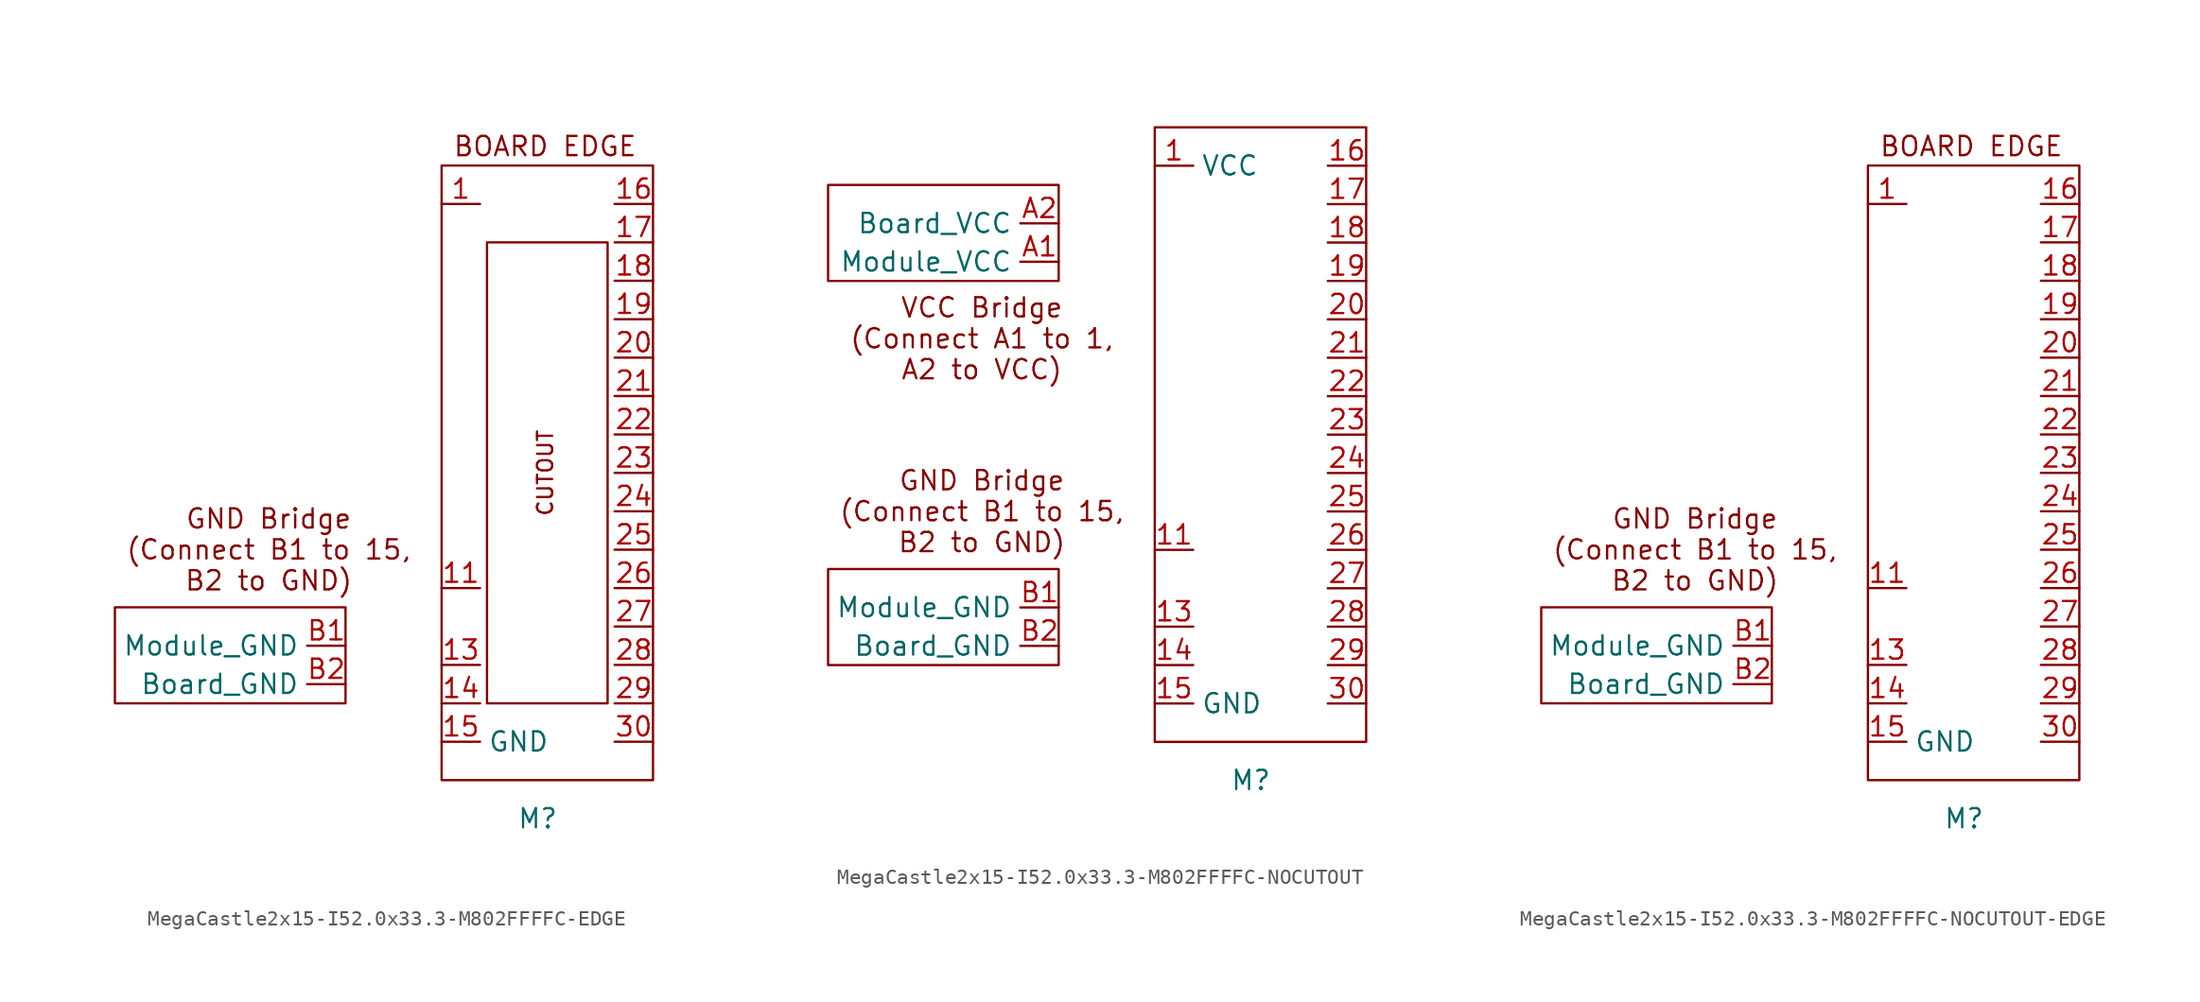
<source format=kicad_sym>
(kicad_symbol_lib
  (version 20231120)
  (generator "kicad_symbol_editor")
  (generator_version "8.0")
  (symbol "MegaCastle2x15-I52.0x33.3-M802FFFFC-EDGE"
    (property "Reference" "M"
      (at 0 -22.86 0)
      (effects (font (size 1.27 1.27))))
    (property "Value" ""
      (at 0 5.08 0)
      (effects (font (size 1.27 1.27))))
    (symbol "MegaCastle2x15-I52.0x33.3-M802FFFFC-EDGE_0_1"
      (rectangle (start -27.94 -8.89) (end -12.7 -15.24) (stroke (width 0) (type default)) (fill (type none)))
      (rectangle (start -6.35 20.32) (end 7.62 -20.32) (stroke (width 0) (type default)) (fill (type none)))
      (rectangle (start -3.35 15.24) (end 4.62 -15.24) (stroke (width 0) (type default)) (fill (type none))))
    (symbol "MegaCastle2x15-I52.0x33.3-M802FFFFC-EDGE_1_1"
      (text "GND Bridge\n(Connect B1 to 15,\nB2 to GND)" (at -17.78 -5.08 0) (effects (font (size 1.27 1.27))))
      (text " BOARD EDGE" (at 0 21.59 0) (effects (font (size 1.27 1.27))))
      (text "CUTOUT" (at 0.5 0 900) (effects (font (size 1 1))))
      (pin bidirectional line (at -6.35 17.78 0) (length 2.54) (name "" (effects (font (size 1.27 1.27)))) (number "1" (effects (font (size 1.27 1.27)))))
      (pin bidirectional line (at -6.35 -7.62 0) (length 2.54) (name "" (effects (font (size 1.27 1.27)))) (number "11" (effects (font (size 1.27 1.27)))))
      (pin bidirectional line (at -6.35 -12.7 0) (length 2.54) (name "" (effects (font (size 1.27 1.27)))) (number "13" (effects (font (size 1.27 1.27)))))
      (pin bidirectional line (at -6.35 -15.24 0) (length 2.54) (name "" (effects (font (size 1.27 1.27)))) (number "14" (effects (font (size 1.27 1.27)))))
      (pin bidirectional line (at -6.35 -17.78 0) (length 2.54) (name "GND" (effects (font (size 1.27 1.27)))) (number "15" (effects (font (size 1.27 1.27)))))
      (pin bidirectional line (at 7.62 17.78 180) (length 2.54) (name "" (effects (font (size 1.27 1.27)))) (number "16" (effects (font (size 1.27 1.27)))))
      (pin bidirectional line (at 7.62 15.24 180) (length 2.54) (name "" (effects (font (size 1.27 1.27)))) (number "17" (effects (font (size 1.27 1.27)))))
      (pin bidirectional line (at 7.62 12.7 180) (length 2.54) (name "" (effects (font (size 1.27 1.27)))) (number "18" (effects (font (size 1.27 1.27)))))
      (pin bidirectional line (at 7.62 10.16 180) (length 2.54) (name "" (effects (font (size 1.27 1.27)))) (number "19" (effects (font (size 1.27 1.27)))))
      (pin bidirectional line (at 7.62 7.62 180) (length 2.54) (name "" (effects (font (size 1.27 1.27)))) (number "20" (effects (font (size 1.27 1.27)))))
      (pin bidirectional line (at 7.62 5.08 180) (length 2.54) (name "" (effects (font (size 1.27 1.27)))) (number "21" (effects (font (size 1.27 1.27)))))
      (pin bidirectional line (at 7.62 2.54 180) (length 2.54) (name "" (effects (font (size 1.27 1.27)))) (number "22" (effects (font (size 1.27 1.27)))))
      (pin bidirectional line (at 7.62 0 180) (length 2.54) (name "" (effects (font (size 1.27 1.27)))) (number "23" (effects (font (size 1.27 1.27)))))
      (pin bidirectional line (at 7.62 -2.54 180) (length 2.54) (name "" (effects (font (size 1.27 1.27)))) (number "24" (effects (font (size 1.27 1.27)))))
      (pin bidirectional line (at 7.62 -5.08 180) (length 2.54) (name "" (effects (font (size 1.27 1.27)))) (number "25" (effects (font (size 1.27 1.27)))))
      (pin bidirectional line (at 7.62 -7.62 180) (length 2.54) (name "" (effects (font (size 1.27 1.27)))) (number "26" (effects (font (size 1.27 1.27)))))
      (pin bidirectional line (at 7.62 -10.16 180) (length 2.54) (name "" (effects (font (size 1.27 1.27)))) (number "27" (effects (font (size 1.27 1.27)))))
      (pin bidirectional line (at 7.62 -12.7 180) (length 2.54) (name "" (effects (font (size 1.27 1.27)))) (number "28" (effects (font (size 1.27 1.27)))))
      (pin bidirectional line (at 7.62 -15.24 180) (length 2.54) (name "" (effects (font (size 1.27 1.27)))) (number "29" (effects (font (size 1.27 1.27)))))
      (pin bidirectional line (at 7.62 -17.78 180) (length 2.54) (name "" (effects (font (size 1.27 1.27)))) (number "30" (effects (font (size 1.27 1.27)))))
      (pin bidirectional line (at -12.7 -11.43 180) (length 2.54) (name "Module_GND" (effects (font (size 1.27 1.27)))) (number "B1" (effects (font (size 1.27 1.27)))))
      (pin bidirectional line (at -12.7 -13.97 180) (length 2.54) (name "Board_GND" (effects (font (size 1.27 1.27)))) (number "B2" (effects (font (size 1.27 1.27)))))))
  (symbol "MegaCastle2x15-I52.0x33.3-M802FFFFC-NOCUTOUT"
    (property "Reference" "M"
      (at 0 -22.86 0)
      (effects (font (size 1.27 1.27))))
    (property "Value" ""
      (at 0 5.08 0)
      (effects (font (size 1.27 1.27))))
    (symbol "MegaCastle2x15-I52.0x33.3-M802FFFFC-NOCUTOUT_0_1"
      (rectangle (start -27.94 16.51) (end -12.7 10.16) (stroke (width 0) (type default)) (fill (type none)))
      (rectangle (start -27.94 -8.89) (end -12.7 -15.24) (stroke (width 0) (type default)) (fill (type none)))
      (rectangle (start -6.35 20.32) (end 7.62 -20.32) (stroke (width 0) (type default)) (fill (type none))))
    (symbol "MegaCastle2x15-I52.0x33.3-M802FFFFC-NOCUTOUT_1_1"
      (text "GND Bridge\n(Connect B1 to 15,\nB2 to GND)" (at -17.78 -5.08 0) (effects (font (size 1.27 1.27))))
      (text "VCC Bridge\n(Connect A1 to 1,\nA2 to VCC)" (at -17.78 6.35 0) (effects (font (size 1.27 1.27))))
      (pin bidirectional line (at -6.35 17.78 0) (length 2.54) (name "VCC" (effects (font (size 1.27 1.27)))) (number "1" (effects (font (size 1.27 1.27)))))
      (pin bidirectional line (at -6.35 -7.62 0) (length 2.54) (name "" (effects (font (size 1.27 1.27)))) (number "11" (effects (font (size 1.27 1.27)))))
      (pin bidirectional line (at -6.35 -12.7 0) (length 2.54) (name "" (effects (font (size 1.27 1.27)))) (number "13" (effects (font (size 1.27 1.27)))))
      (pin bidirectional line (at -6.35 -15.24 0) (length 2.54) (name "" (effects (font (size 1.27 1.27)))) (number "14" (effects (font (size 1.27 1.27)))))
      (pin bidirectional line (at -6.35 -17.78 0) (length 2.54) (name "GND" (effects (font (size 1.27 1.27)))) (number "15" (effects (font (size 1.27 1.27)))))
      (pin bidirectional line (at 7.62 17.78 180) (length 2.54) (name "" (effects (font (size 1.27 1.27)))) (number "16" (effects (font (size 1.27 1.27)))))
      (pin bidirectional line (at 7.62 15.24 180) (length 2.54) (name "" (effects (font (size 1.27 1.27)))) (number "17" (effects (font (size 1.27 1.27)))))
      (pin bidirectional line (at 7.62 12.7 180) (length 2.54) (name "" (effects (font (size 1.27 1.27)))) (number "18" (effects (font (size 1.27 1.27)))))
      (pin bidirectional line (at 7.62 10.16 180) (length 2.54) (name "" (effects (font (size 1.27 1.27)))) (number "19" (effects (font (size 1.27 1.27)))))
      (pin bidirectional line (at 7.62 7.62 180) (length 2.54) (name "" (effects (font (size 1.27 1.27)))) (number "20" (effects (font (size 1.27 1.27)))))
      (pin bidirectional line (at 7.62 5.08 180) (length 2.54) (name "" (effects (font (size 1.27 1.27)))) (number "21" (effects (font (size 1.27 1.27)))))
      (pin bidirectional line (at 7.62 2.54 180) (length 2.54) (name "" (effects (font (size 1.27 1.27)))) (number "22" (effects (font (size 1.27 1.27)))))
      (pin bidirectional line (at 7.62 0 180) (length 2.54) (name "" (effects (font (size 1.27 1.27)))) (number "23" (effects (font (size 1.27 1.27)))))
      (pin bidirectional line (at 7.62 -2.54 180) (length 2.54) (name "" (effects (font (size 1.27 1.27)))) (number "24" (effects (font (size 1.27 1.27)))))
      (pin bidirectional line (at 7.62 -5.08 180) (length 2.54) (name "" (effects (font (size 1.27 1.27)))) (number "25" (effects (font (size 1.27 1.27)))))
      (pin bidirectional line (at 7.62 -7.62 180) (length 2.54) (name "" (effects (font (size 1.27 1.27)))) (number "26" (effects (font (size 1.27 1.27)))))
      (pin bidirectional line (at 7.62 -10.16 180) (length 2.54) (name "" (effects (font (size 1.27 1.27)))) (number "27" (effects (font (size 1.27 1.27)))))
      (pin bidirectional line (at 7.62 -12.7 180) (length 2.54) (name "" (effects (font (size 1.27 1.27)))) (number "28" (effects (font (size 1.27 1.27)))))
      (pin bidirectional line (at 7.62 -15.24 180) (length 2.54) (name "" (effects (font (size 1.27 1.27)))) (number "29" (effects (font (size 1.27 1.27)))))
      (pin bidirectional line (at 7.62 -17.78 180) (length 2.54) (name "" (effects (font (size 1.27 1.27)))) (number "30" (effects (font (size 1.27 1.27)))))
      (pin bidirectional line (at -12.7 11.43 180) (length 2.54) (name "Module_VCC" (effects (font (size 1.27 1.27)))) (number "A1" (effects (font (size 1.27 1.27)))))
      (pin bidirectional line (at -12.7 13.97 180) (length 2.54) (name "Board_VCC" (effects (font (size 1.27 1.27)))) (number "A2" (effects (font (size 1.27 1.27)))))
      (pin bidirectional line (at -12.7 -11.43 180) (length 2.54) (name "Module_GND" (effects (font (size 1.27 1.27)))) (number "B1" (effects (font (size 1.27 1.27)))))
      (pin bidirectional line (at -12.7 -13.97 180) (length 2.54) (name "Board_GND" (effects (font (size 1.27 1.27)))) (number "B2" (effects (font (size 1.27 1.27)))))))
  (symbol "MegaCastle2x15-I52.0x33.3-M802FFFFC-NOCUTOUT-EDGE"
    (property "Reference" "M"
      (at 0 -22.86 0)
      (effects (font (size 1.27 1.27))))
    (property "Value" ""
      (at 0 5.08 0)
      (effects (font (size 1.27 1.27))))
    (symbol "MegaCastle2x15-I52.0x33.3-M802FFFFC-NOCUTOUT-EDGE_0_1"
      (rectangle (start -27.94 -8.89) (end -12.7 -15.24) (stroke (width 0) (type default)) (fill (type none)))
      (rectangle (start -6.35 20.32) (end 7.62 -20.32) (stroke (width 0) (type default)) (fill (type none))))
    (symbol "MegaCastle2x15-I52.0x33.3-M802FFFFC-NOCUTOUT-EDGE_1_1"
      (text "GND Bridge\n(Connect B1 to 15,\nB2 to GND)" (at -17.78 -5.08 0) (effects (font (size 1.27 1.27))))
      (text " BOARD EDGE" (at 0 21.59 0) (effects (font (size 1.27 1.27))))
      (pin bidirectional line (at -6.35 17.78 0) (length 2.54) (name "" (effects (font (size 1.27 1.27)))) (number "1" (effects (font (size 1.27 1.27)))))
      (pin bidirectional line (at -6.35 -7.62 0) (length 2.54) (name "" (effects (font (size 1.27 1.27)))) (number "11" (effects (font (size 1.27 1.27)))))
      (pin bidirectional line (at -6.35 -12.7 0) (length 2.54) (name "" (effects (font (size 1.27 1.27)))) (number "13" (effects (font (size 1.27 1.27)))))
      (pin bidirectional line (at -6.35 -15.24 0) (length 2.54) (name "" (effects (font (size 1.27 1.27)))) (number "14" (effects (font (size 1.27 1.27)))))
      (pin bidirectional line (at -6.35 -17.78 0) (length 2.54) (name "GND" (effects (font (size 1.27 1.27)))) (number "15" (effects (font (size 1.27 1.27)))))
      (pin bidirectional line (at 7.62 17.78 180) (length 2.54) (name "" (effects (font (size 1.27 1.27)))) (number "16" (effects (font (size 1.27 1.27)))))
      (pin bidirectional line (at 7.62 15.24 180) (length 2.54) (name "" (effects (font (size 1.27 1.27)))) (number "17" (effects (font (size 1.27 1.27)))))
      (pin bidirectional line (at 7.62 12.7 180) (length 2.54) (name "" (effects (font (size 1.27 1.27)))) (number "18" (effects (font (size 1.27 1.27)))))
      (pin bidirectional line (at 7.62 10.16 180) (length 2.54) (name "" (effects (font (size 1.27 1.27)))) (number "19" (effects (font (size 1.27 1.27)))))
      (pin bidirectional line (at 7.62 7.62 180) (length 2.54) (name "" (effects (font (size 1.27 1.27)))) (number "20" (effects (font (size 1.27 1.27)))))
      (pin bidirectional line (at 7.62 5.08 180) (length 2.54) (name "" (effects (font (size 1.27 1.27)))) (number "21" (effects (font (size 1.27 1.27)))))
      (pin bidirectional line (at 7.62 2.54 180) (length 2.54) (name "" (effects (font (size 1.27 1.27)))) (number "22" (effects (font (size 1.27 1.27)))))
      (pin bidirectional line (at 7.62 0 180) (length 2.54) (name "" (effects (font (size 1.27 1.27)))) (number "23" (effects (font (size 1.27 1.27)))))
      (pin bidirectional line (at 7.62 -2.54 180) (length 2.54) (name "" (effects (font (size 1.27 1.27)))) (number "24" (effects (font (size 1.27 1.27)))))
      (pin bidirectional line (at 7.62 -5.08 180) (length 2.54) (name "" (effects (font (size 1.27 1.27)))) (number "25" (effects (font (size 1.27 1.27)))))
      (pin bidirectional line (at 7.62 -7.62 180) (length 2.54) (name "" (effects (font (size 1.27 1.27)))) (number "26" (effects (font (size 1.27 1.27)))))
      (pin bidirectional line (at 7.62 -10.16 180) (length 2.54) (name "" (effects (font (size 1.27 1.27)))) (number "27" (effects (font (size 1.27 1.27)))))
      (pin bidirectional line (at 7.62 -12.7 180) (length 2.54) (name "" (effects (font (size 1.27 1.27)))) (number "28" (effects (font (size 1.27 1.27)))))
      (pin bidirectional line (at 7.62 -15.24 180) (length 2.54) (name "" (effects (font (size 1.27 1.27)))) (number "29" (effects (font (size 1.27 1.27)))))
      (pin bidirectional line (at 7.62 -17.78 180) (length 2.54) (name "" (effects (font (size 1.27 1.27)))) (number "30" (effects (font (size 1.27 1.27)))))
      (pin bidirectional line (at -12.7 -11.43 180) (length 2.54) (name "Module_GND" (effects (font (size 1.27 1.27)))) (number "B1" (effects (font (size 1.27 1.27)))))
      (pin bidirectional line (at -12.7 -13.97 180) (length 2.54) (name "Board_GND" (effects (font (size 1.27 1.27)))) (number "B2" (effects (font (size 1.27 1.27))))))))
</source>
